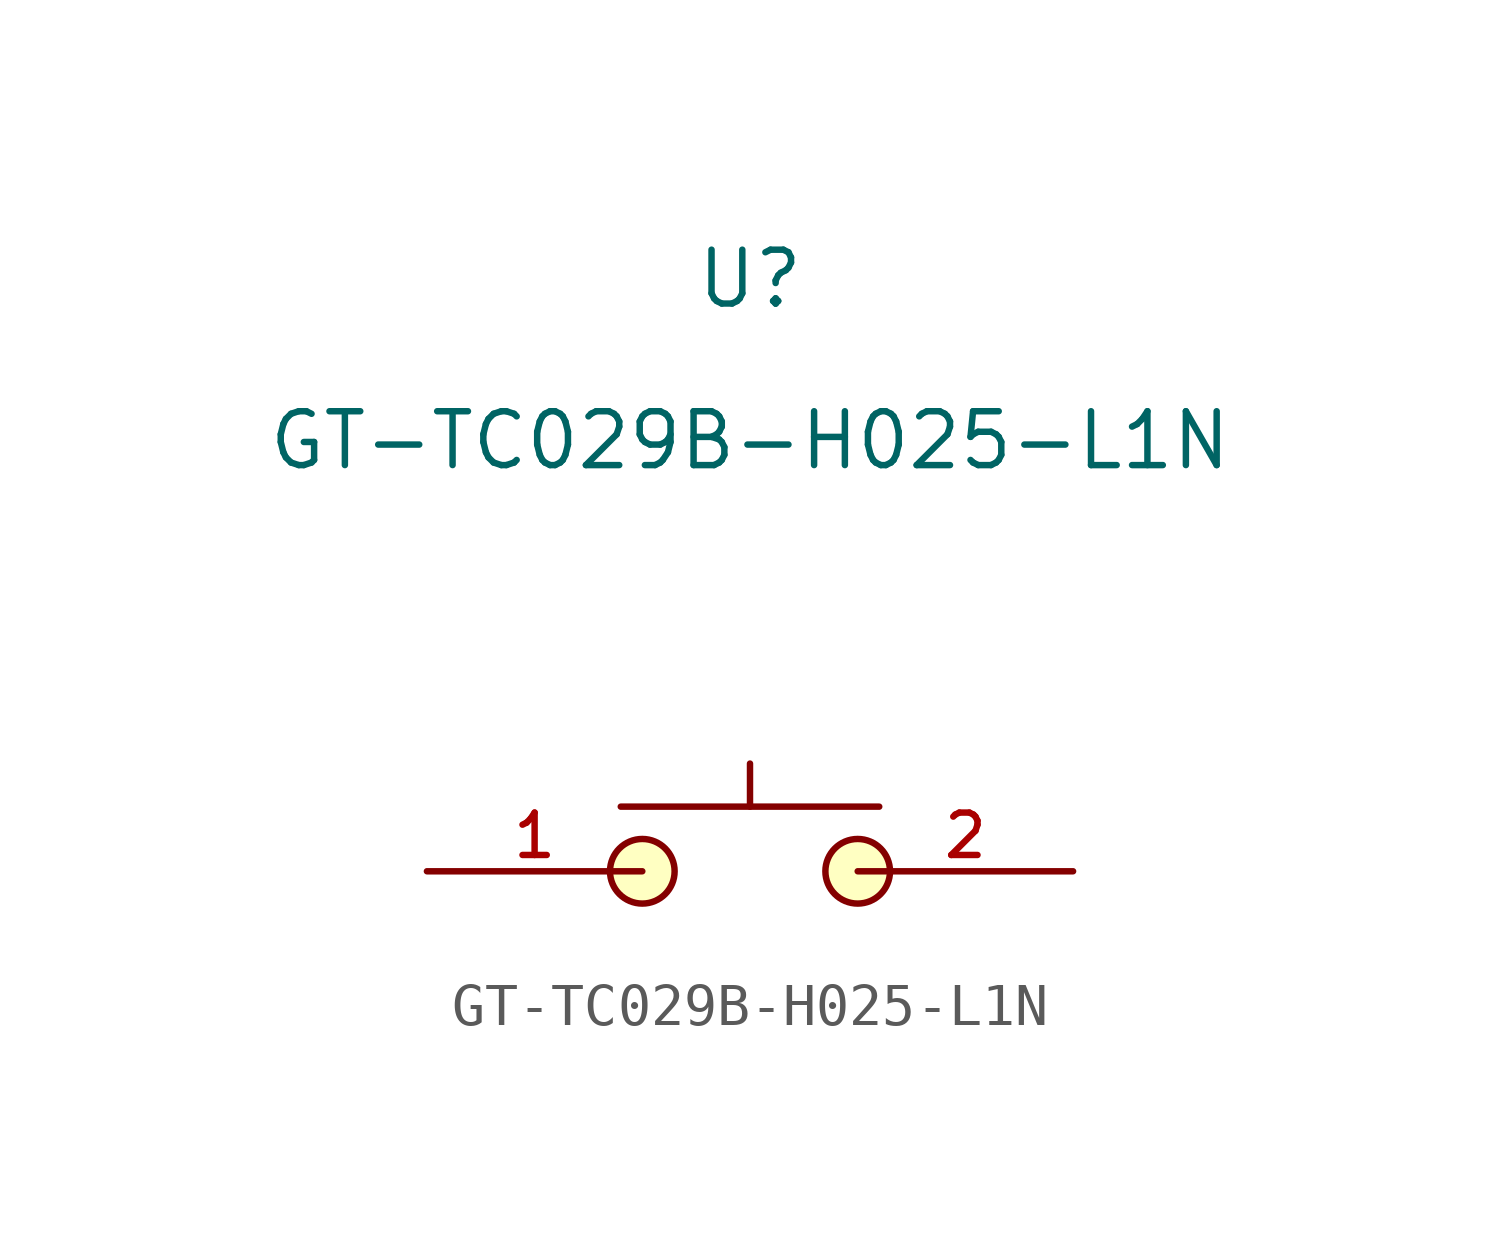
<source format=kicad_sym>
(kicad_symbol_lib
  (version 20210201)
  (generator TousstNicolas/JLC2KiCad_lib)
  (symbol "GT-TC029B-H025-L1N"
    (pin_names hide)
    (property "Reference" "U"
      (at 0 1.27 0)
      (effects (font (size 1.27 1.27))))
    (property "Value" "GT-TC029B-H025-L1N"
      (at 0 -2.54 0)
      (effects (font (size 1.27 1.27))))
    (symbol "GT-TC029B-H025-L1N_0_1"
      (circle (center -2.54 -12.7) (radius 0.762) (stroke (width 0) (type default) (color 0 0 0 0)) (fill (type background)))
      (circle (center 2.54 -12.7) (radius 0.762) (stroke (width 0) (type default) (color 0 0 0 0)) (fill (type background)))
      (polyline (pts (xy -3.048 -11.176) (xy 3.048 -11.176)) (stroke (width 0) (type default) (color 0 0 0 0)) (fill (type none)))
      (pin unspecified line (at -7.62 -12.7 0) (length 5.08) (name "1" (effects (font (size 1 1)))) (number "1" (effects (font (size 1 1)))))
      (pin unspecified line (at 7.62 -12.7 180) (length 5.08) (name "2" (effects (font (size 1 1)))) (number "2" (effects (font (size 1 1)))))
      (polyline (pts (xy 0.0 -11.176) (xy 0.0 -10.16)) (stroke (width 0) (type default) (color 0 0 0 0)) (fill (type none))))))
</source>
